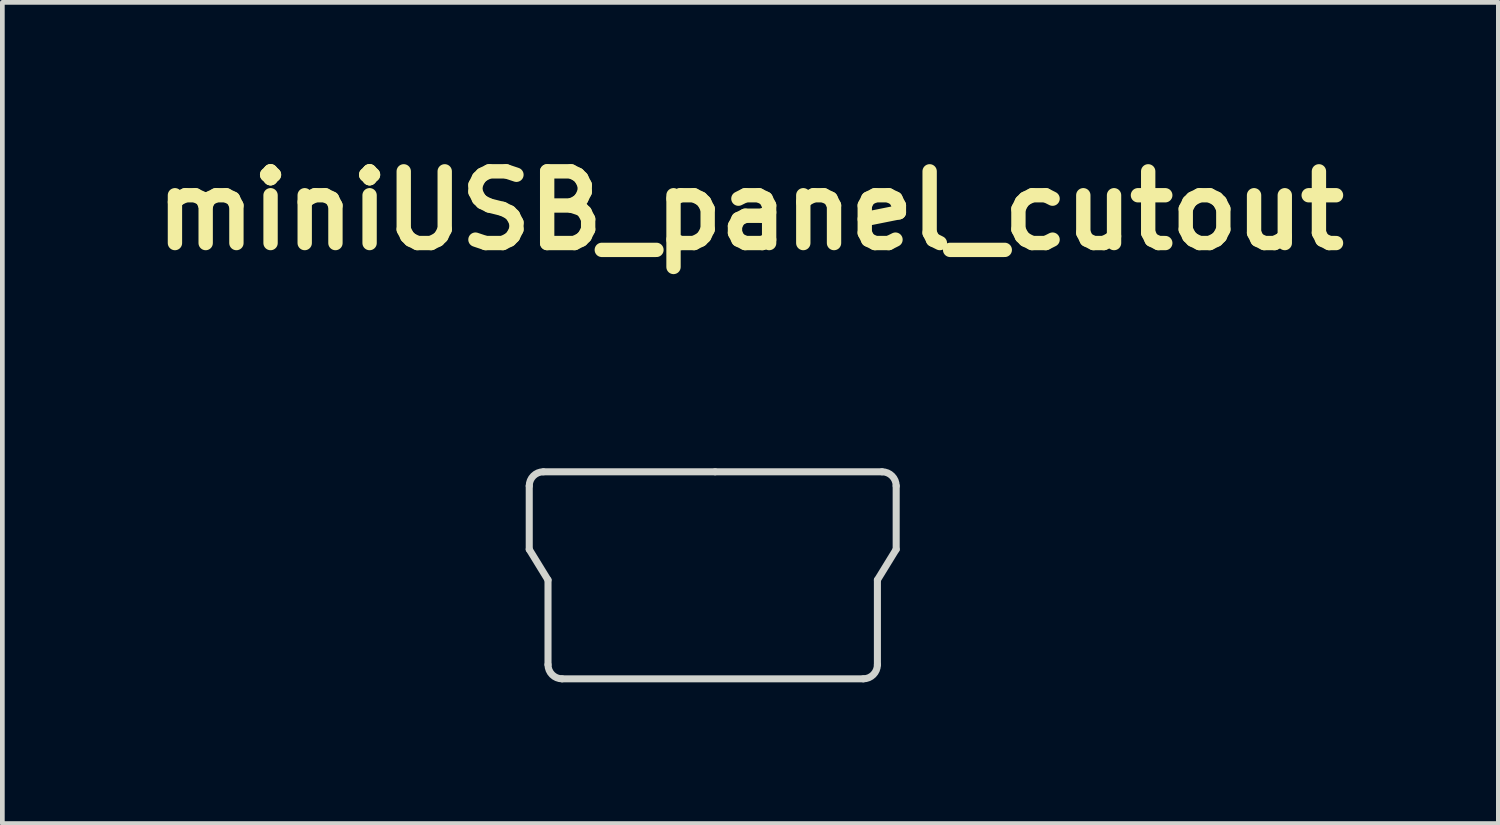
<source format=kicad_pcb>
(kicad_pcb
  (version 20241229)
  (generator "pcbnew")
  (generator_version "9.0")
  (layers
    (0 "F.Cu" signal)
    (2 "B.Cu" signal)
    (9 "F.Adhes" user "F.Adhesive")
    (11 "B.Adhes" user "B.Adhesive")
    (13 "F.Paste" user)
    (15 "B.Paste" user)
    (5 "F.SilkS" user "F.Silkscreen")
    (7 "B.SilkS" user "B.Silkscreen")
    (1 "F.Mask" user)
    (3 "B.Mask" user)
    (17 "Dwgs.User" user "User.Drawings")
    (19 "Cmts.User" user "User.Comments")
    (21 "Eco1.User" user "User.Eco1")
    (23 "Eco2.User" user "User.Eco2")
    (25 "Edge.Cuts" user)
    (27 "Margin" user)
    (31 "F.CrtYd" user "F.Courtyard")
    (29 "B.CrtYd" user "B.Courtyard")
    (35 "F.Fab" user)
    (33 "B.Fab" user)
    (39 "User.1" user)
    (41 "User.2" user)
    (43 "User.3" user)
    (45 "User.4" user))
  (footprint "miniUSB_panel_cutout"
    (layer "F.Cu")
    (at 12.096 9.176)
    (property "Reference" "miniUSB_panel_cutout" (at 0.8 -7.75 0) (layer "F.SilkS") (effects (font (size 1.524 1.524) (thickness 0.305))))
    (attr through_hole)
    (fp_line (start -3.899 -0.551) (end -3.899 -1.9) (stroke (width 0.15) (type solid)) (layer "Edge.Cuts"))
    (fp_line (start -3.599 -2.2) (end 0.051 -2.2) (stroke (width 0.15) (type solid)) (layer "Edge.Cuts"))
    (fp_line (start -3.5 0.099) (end -3.899 -0.551) (stroke (width 0.15) (type solid)) (layer "Edge.Cuts"))
    (fp_line (start -3.5 1.9) (end -3.5 0.099) (stroke (width 0.15) (type solid)) (layer "Edge.Cuts"))
    (fp_line (start 3.2 2.2) (end -3.2 2.2) (stroke (width 0.15) (type solid)) (layer "Edge.Cuts"))
    (fp_line (start 3.5 1.9) (end 3.5 0.099) (stroke (width 0.15) (type solid)) (layer "Edge.Cuts"))
    (fp_line (start 3.599 -2.2) (end 0.051 -2.2) (stroke (width 0.15) (type solid)) (layer "Edge.Cuts"))
    (fp_line (start 3.899 -1.9) (end 3.899 -0.551) (stroke (width 0.15) (type solid)) (layer "Edge.Cuts"))
    (fp_line (start 3.899 -0.551) (end 3.5 0.099) (stroke (width 0.15) (type solid)) (layer "Edge.Cuts"))
    (fp_arc (start -3.8989 -1.89992) (mid -3.811114 -2.111854) (end -3.59918 -2.19964) (stroke (width 0.14986) (type solid)) (layer "Edge.Cuts"))
    (fp_arc (start -3.2004 2.19964) (mid -3.412334 2.111854) (end -3.50012 1.89992) (stroke (width 0.14986) (type solid)) (layer "Edge.Cuts"))
    (fp_arc (start 3.50012 1.89992) (mid 3.412334 2.111854) (end 3.2004 2.19964) (stroke (width 0.14986) (type solid)) (layer "Edge.Cuts"))
    (fp_arc (start 3.59918 -2.19964) (mid 3.811114 -2.111854) (end 3.8989 -1.89992) (stroke (width 0.14986) (type solid)) (layer "Edge.Cuts")))
  (gr_rect
    (start -3 -3)
    (end 28.792 14.451)
    (stroke (width 0.1) (type default))
    (fill no)
    (layer "Edge.Cuts")))
</source>
